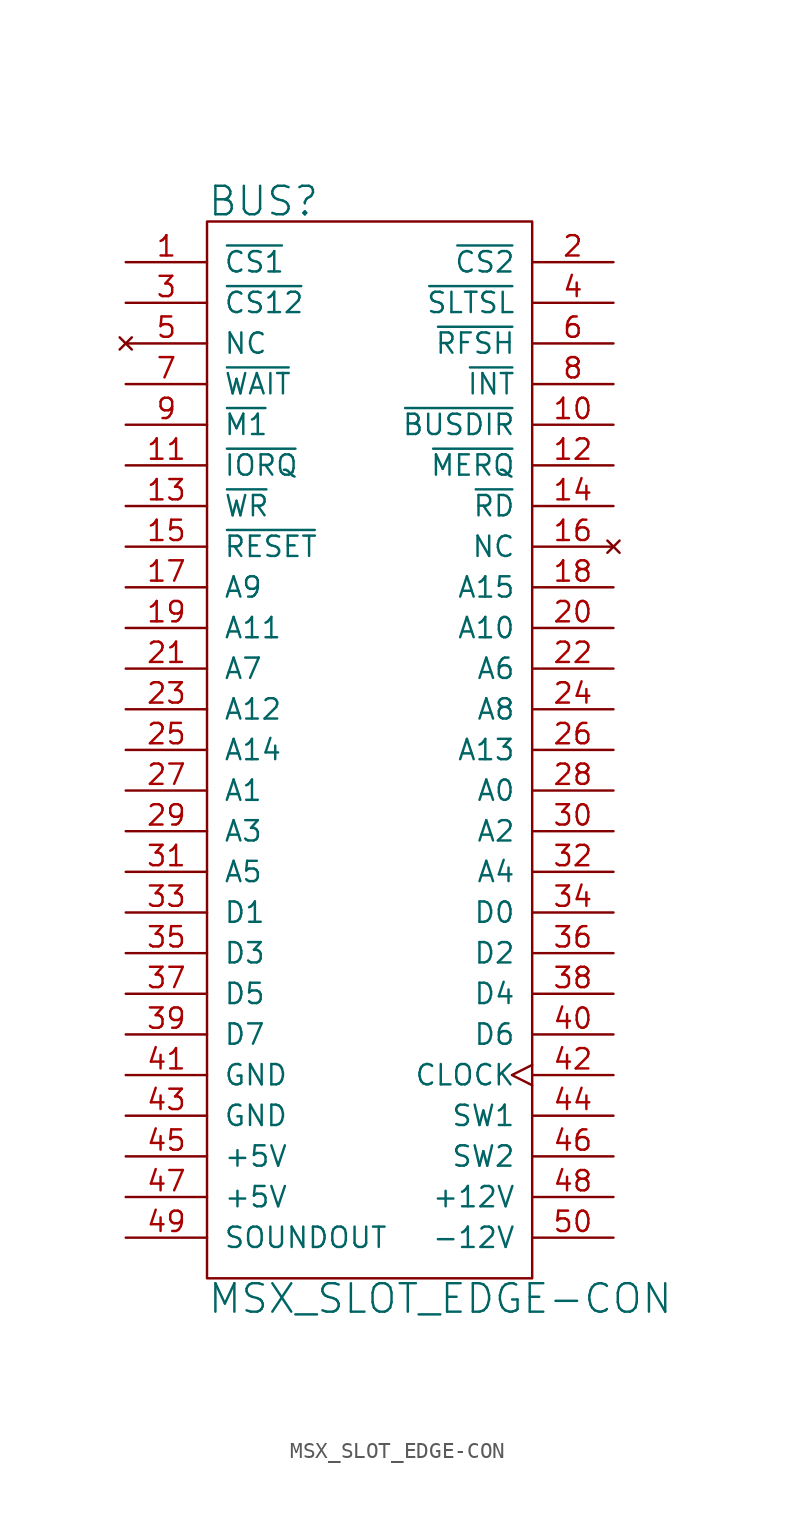
<source format=kicad_sym>
(kicad_symbol_lib
  (version 20220914)
  (generator kicad_symbol_editor)
  (symbol "MSX_SLOT_EDGE-CON"
    (pin_names
      (offset 1.016))
    (property "Reference" "BUS"
      (at -10.16 34.29 0)
      (effects (font (size 1.778 1.778)) (justify left)))
    (property "Value" "MSX_SLOT_EDGE-CON"
      (at -10.16 -34.29 0)
      (effects (font (size 1.778 1.778)) (justify left)))
    (symbol "MSX_SLOT_EDGE-CON_0_1"
      (rectangle (start -10.16 -33.02) (end 10.16 33.02) (stroke (width 0) (type default)) (fill (type none))))
    (symbol "MSX_SLOT_EDGE-CON_1_1"
      (pin output line (at -15.24 30.48 0) (length 5.08) (name "~{CS1}" (effects (font (size 1.27 1.27)))) (number "1" (effects (font (size 1.27 1.27)))))
      (pin output line (at 15.24 20.32 180) (length 5.08) (name "~{BUSDIR}" (effects (font (size 1.27 1.27)))) (number "10" (effects (font (size 1.27 1.27)))))
      (pin output line (at -15.24 17.78 0) (length 5.08) (name "~{IORQ}" (effects (font (size 1.27 1.27)))) (number "11" (effects (font (size 1.27 1.27)))))
      (pin input line (at 15.24 17.78 180) (length 5.08) (name "~{MERQ}" (effects (font (size 1.27 1.27)))) (number "12" (effects (font (size 1.27 1.27)))))
      (pin output line (at -15.24 15.24 0) (length 5.08) (name "~{WR}" (effects (font (size 1.27 1.27)))) (number "13" (effects (font (size 1.27 1.27)))))
      (pin output line (at 15.24 15.24 180) (length 5.08) (name "~{RD}" (effects (font (size 1.27 1.27)))) (number "14" (effects (font (size 1.27 1.27)))))
      (pin output line (at -15.24 12.7 0) (length 5.08) (name "~{RESET}" (effects (font (size 1.27 1.27)))) (number "15" (effects (font (size 1.27 1.27)))))
      (pin no_connect line (at 15.24 12.7 180) (length 5.08) (name "NC" (effects (font (size 1.27 1.27)))) (number "16" (effects (font (size 1.27 1.27)))))
      (pin output line (at -15.24 10.16 0) (length 5.08) (name "A9" (effects (font (size 1.27 1.27)))) (number "17" (effects (font (size 1.27 1.27)))))
      (pin output line (at 15.24 10.16 180) (length 5.08) (name "A15" (effects (font (size 1.27 1.27)))) (number "18" (effects (font (size 1.27 1.27)))))
      (pin output line (at -15.24 7.62 0) (length 5.08) (name "A11" (effects (font (size 1.27 1.27)))) (number "19" (effects (font (size 1.27 1.27)))))
      (pin output line (at 15.24 30.48 180) (length 5.08) (name "~{CS2}" (effects (font (size 1.27 1.27)))) (number "2" (effects (font (size 1.27 1.27)))))
      (pin output line (at 15.24 7.62 180) (length 5.08) (name "A10" (effects (font (size 1.27 1.27)))) (number "20" (effects (font (size 1.27 1.27)))))
      (pin output line (at -15.24 5.08 0) (length 5.08) (name "A7" (effects (font (size 1.27 1.27)))) (number "21" (effects (font (size 1.27 1.27)))))
      (pin output line (at 15.24 5.08 180) (length 5.08) (name "A6" (effects (font (size 1.27 1.27)))) (number "22" (effects (font (size 1.27 1.27)))))
      (pin output line (at -15.24 2.54 0) (length 5.08) (name "A12" (effects (font (size 1.27 1.27)))) (number "23" (effects (font (size 1.27 1.27)))))
      (pin output line (at 15.24 2.54 180) (length 5.08) (name "A8" (effects (font (size 1.27 1.27)))) (number "24" (effects (font (size 1.27 1.27)))))
      (pin output line (at -15.24 0 0) (length 5.08) (name "A14" (effects (font (size 1.27 1.27)))) (number "25" (effects (font (size 1.27 1.27)))))
      (pin output line (at 15.24 0 180) (length 5.08) (name "A13" (effects (font (size 1.27 1.27)))) (number "26" (effects (font (size 1.27 1.27)))))
      (pin output line (at -15.24 -2.54 0) (length 5.08) (name "A1" (effects (font (size 1.27 1.27)))) (number "27" (effects (font (size 1.27 1.27)))))
      (pin output line (at 15.24 -2.54 180) (length 5.08) (name "A0" (effects (font (size 1.27 1.27)))) (number "28" (effects (font (size 1.27 1.27)))))
      (pin output line (at -15.24 -5.08 0) (length 5.08) (name "A3" (effects (font (size 1.27 1.27)))) (number "29" (effects (font (size 1.27 1.27)))))
      (pin output line (at -15.24 27.94 0) (length 5.08) (name "~{CS12}" (effects (font (size 1.27 1.27)))) (number "3" (effects (font (size 1.27 1.27)))))
      (pin output line (at 15.24 -5.08 180) (length 5.08) (name "A2" (effects (font (size 1.27 1.27)))) (number "30" (effects (font (size 1.27 1.27)))))
      (pin output line (at -15.24 -7.62 0) (length 5.08) (name "A5" (effects (font (size 1.27 1.27)))) (number "31" (effects (font (size 1.27 1.27)))))
      (pin output line (at 15.24 -7.62 180) (length 5.08) (name "A4" (effects (font (size 1.27 1.27)))) (number "32" (effects (font (size 1.27 1.27)))))
      (pin tri_state line (at -15.24 -10.16 0) (length 5.08) (name "D1" (effects (font (size 1.27 1.27)))) (number "33" (effects (font (size 1.27 1.27)))))
      (pin tri_state line (at 15.24 -10.16 180) (length 5.08) (name "D0" (effects (font (size 1.27 1.27)))) (number "34" (effects (font (size 1.27 1.27)))))
      (pin tri_state line (at -15.24 -12.7 0) (length 5.08) (name "D3" (effects (font (size 1.27 1.27)))) (number "35" (effects (font (size 1.27 1.27)))))
      (pin tri_state line (at 15.24 -12.7 180) (length 5.08) (name "D2~{}" (effects (font (size 1.27 1.27)))) (number "36" (effects (font (size 1.27 1.27)))))
      (pin tri_state line (at -15.24 -15.24 0) (length 5.08) (name "D5" (effects (font (size 1.27 1.27)))) (number "37" (effects (font (size 1.27 1.27)))))
      (pin tri_state line (at 15.24 -15.24 180) (length 5.08) (name "D4" (effects (font (size 1.27 1.27)))) (number "38" (effects (font (size 1.27 1.27)))))
      (pin tri_state line (at -15.24 -17.78 0) (length 5.08) (name "D7" (effects (font (size 1.27 1.27)))) (number "39" (effects (font (size 1.27 1.27)))))
      (pin output line (at 15.24 27.94 180) (length 5.08) (name "~{SLTSL}" (effects (font (size 1.27 1.27)))) (number "4" (effects (font (size 1.27 1.27)))))
      (pin tri_state line (at 15.24 -17.78 180) (length 5.08) (name "D6" (effects (font (size 1.27 1.27)))) (number "40" (effects (font (size 1.27 1.27)))))
      (pin power_out line (at -15.24 -20.32 0) (length 5.08) (name "GND" (effects (font (size 1.27 1.27)))) (number "41" (effects (font (size 1.27 1.27)))))
      (pin output clock (at 15.24 -20.32 180) (length 5.08) (name "CLOCK" (effects (font (size 1.27 1.27)))) (number "42" (effects (font (size 1.27 1.27)))))
      (pin passive line (at -15.24 -22.86 0) (length 5.08) (name "GND" (effects (font (size 1.27 1.27)))) (number "43" (effects (font (size 1.27 1.27)))))
      (pin passive line (at 15.24 -22.86 180) (length 5.08) (name "SW1" (effects (font (size 1.27 1.27)))) (number "44" (effects (font (size 1.27 1.27)))))
      (pin power_out line (at -15.24 -25.4 0) (length 5.08) (name "+5V" (effects (font (size 1.27 1.27)))) (number "45" (effects (font (size 1.27 1.27)))))
      (pin passive line (at 15.24 -25.4 180) (length 5.08) (name "SW2" (effects (font (size 1.27 1.27)))) (number "46" (effects (font (size 1.27 1.27)))))
      (pin passive line (at -15.24 -27.94 0) (length 5.08) (name "+5V" (effects (font (size 1.27 1.27)))) (number "47" (effects (font (size 1.27 1.27)))))
      (pin power_out line (at 15.24 -27.94 180) (length 5.08) (name "+12V" (effects (font (size 1.27 1.27)))) (number "48" (effects (font (size 1.27 1.27)))))
      (pin bidirectional line (at -15.24 -30.48 0) (length 5.08) (name "SOUNDOUT" (effects (font (size 1.27 1.27)))) (number "49" (effects (font (size 1.27 1.27)))))
      (pin no_connect line (at -15.24 25.4 0) (length 5.08) (name "NC" (effects (font (size 1.27 1.27)))) (number "5" (effects (font (size 1.27 1.27)))))
      (pin power_out line (at 15.24 -30.48 180) (length 5.08) (name "-12V" (effects (font (size 1.27 1.27)))) (number "50" (effects (font (size 1.27 1.27)))))
      (pin output line (at 15.24 25.4 180) (length 5.08) (name "~{RFSH}" (effects (font (size 1.27 1.27)))) (number "6" (effects (font (size 1.27 1.27)))))
      (pin input line (at -15.24 22.86 0) (length 5.08) (name "~{WAIT}" (effects (font (size 1.27 1.27)))) (number "7" (effects (font (size 1.27 1.27)))))
      (pin open_collector line (at 15.24 22.86 180) (length 5.08) (name "~{INT}" (effects (font (size 1.27 1.27)))) (number "8" (effects (font (size 1.27 1.27)))))
      (pin output line (at -15.24 20.32 0) (length 5.08) (name "~{M1}" (effects (font (size 1.27 1.27)))) (number "9" (effects (font (size 1.27 1.27))))))))
</source>
